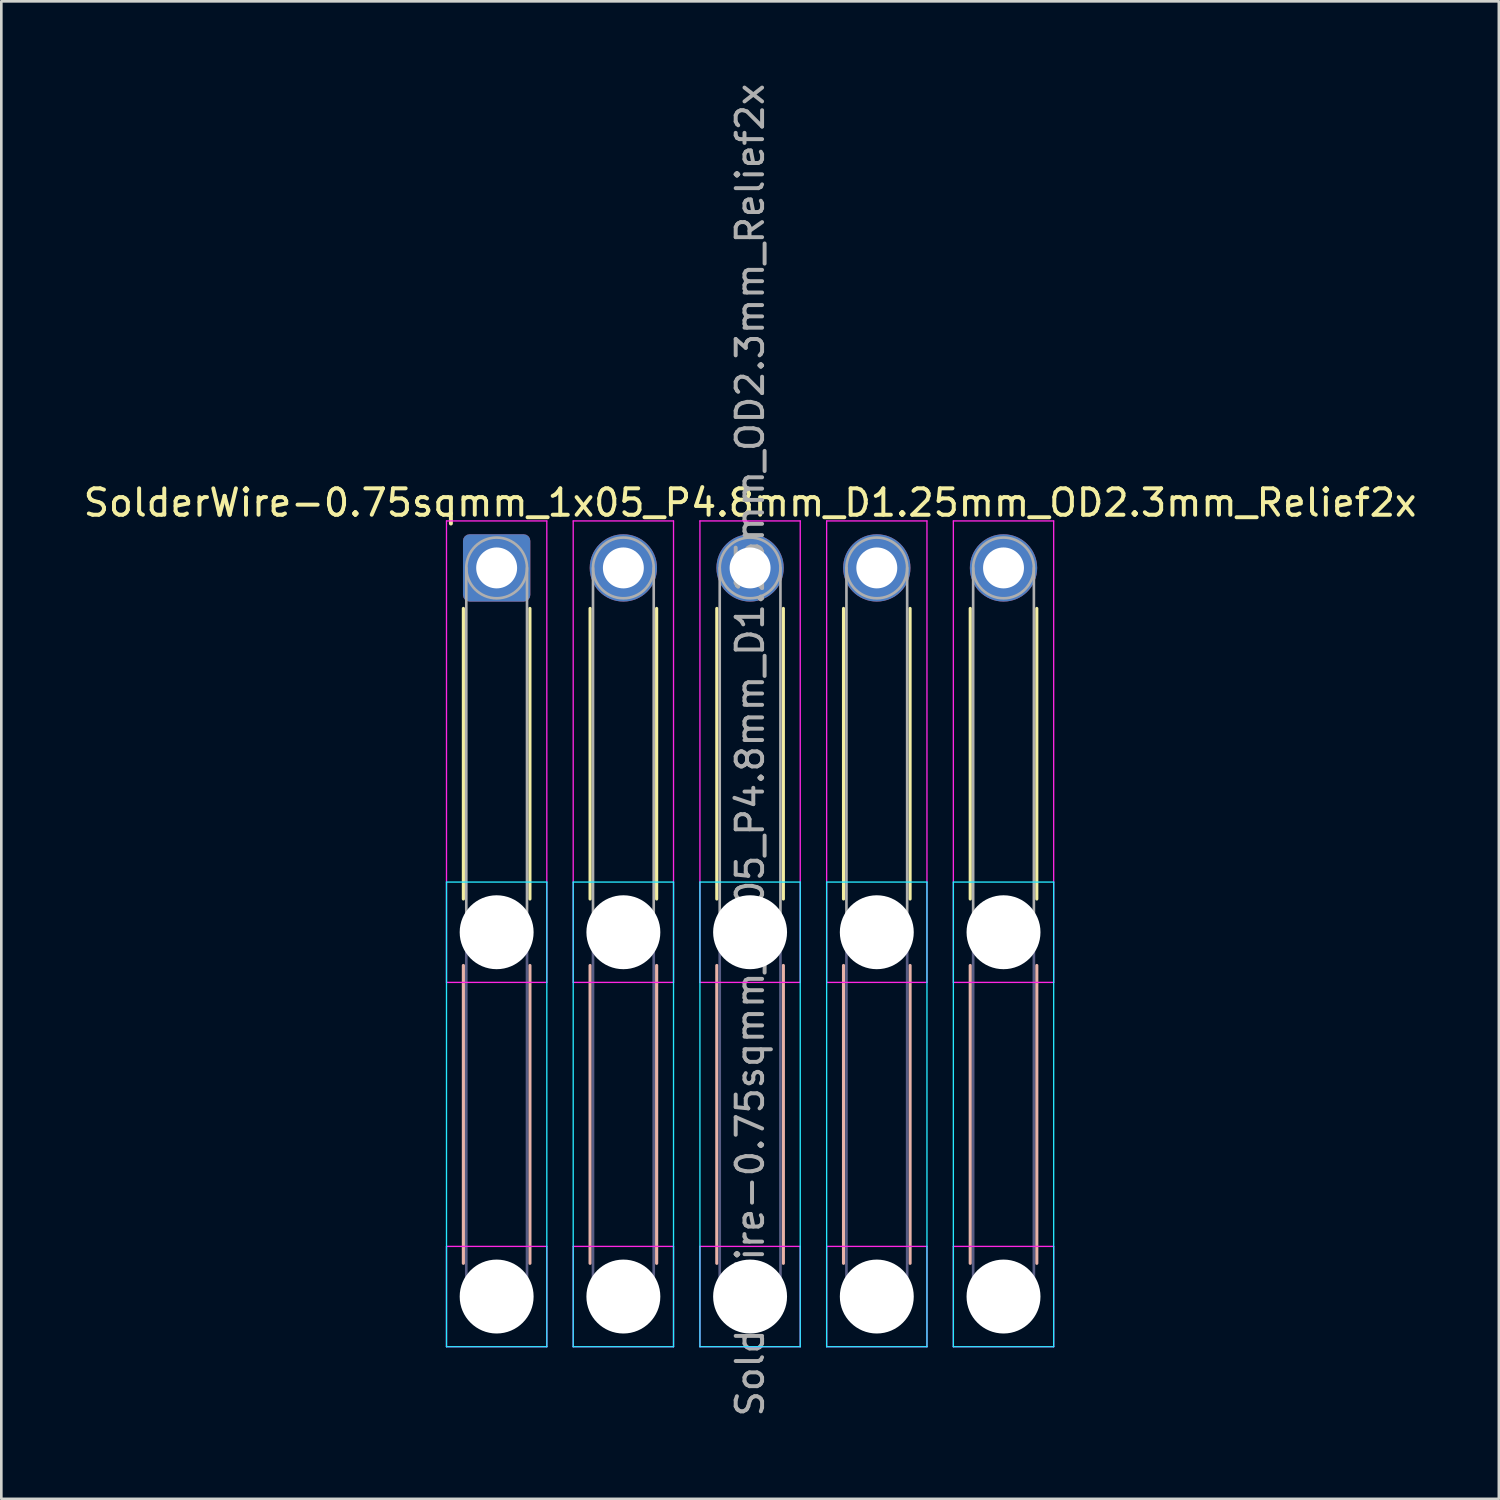
<source format=kicad_pcb>
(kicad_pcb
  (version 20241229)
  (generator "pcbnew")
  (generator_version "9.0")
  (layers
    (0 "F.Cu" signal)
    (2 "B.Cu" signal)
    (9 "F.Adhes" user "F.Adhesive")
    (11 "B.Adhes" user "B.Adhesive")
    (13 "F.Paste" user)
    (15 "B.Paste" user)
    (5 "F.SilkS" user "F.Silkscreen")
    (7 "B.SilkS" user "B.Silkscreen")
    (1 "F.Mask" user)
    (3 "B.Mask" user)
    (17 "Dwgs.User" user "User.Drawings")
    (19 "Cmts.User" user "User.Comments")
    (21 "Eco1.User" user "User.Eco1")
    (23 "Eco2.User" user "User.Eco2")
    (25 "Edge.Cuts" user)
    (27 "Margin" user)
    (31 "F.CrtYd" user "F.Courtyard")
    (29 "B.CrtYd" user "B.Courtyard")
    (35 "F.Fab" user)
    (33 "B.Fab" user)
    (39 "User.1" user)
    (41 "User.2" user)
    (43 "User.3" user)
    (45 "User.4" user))
  (footprint "SolderWire-0.75sqmm_1x05_P4.8mm_D1.25mm_OD2.3mm_Relief2x"
    (layer "F.Cu")
    (at 15.763 18.463)
    (property "Reference" "SolderWire-0.75sqmm_1x05_P4.8mm_D1.25mm_OD2.3mm_Relief2x" (at 9.6 -2.47 0) (layer "F.SilkS") (effects (font (size 1 1) (thickness 0.15))))
    (attr exclude_from_pos_files exclude_from_bom)
    (fp_line (start -1.26 1.535) (end -1.26 12.54) (stroke (width 0.12) (type solid)) (layer "F.SilkS"))
    (fp_line (start 1.26 1.535) (end 1.26 12.54) (stroke (width 0.12) (type solid)) (layer "F.SilkS"))
    (fp_line (start 3.54 1.535) (end 3.54 12.54) (stroke (width 0.12) (type solid)) (layer "F.SilkS"))
    (fp_line (start 6.06 1.535) (end 6.06 12.54) (stroke (width 0.12) (type solid)) (layer "F.SilkS"))
    (fp_line (start 8.34 1.535) (end 8.34 12.54) (stroke (width 0.12) (type solid)) (layer "F.SilkS"))
    (fp_line (start 10.86 1.535) (end 10.86 12.54) (stroke (width 0.12) (type solid)) (layer "F.SilkS"))
    (fp_line (start 13.14 1.535) (end 13.14 12.54) (stroke (width 0.12) (type solid)) (layer "F.SilkS"))
    (fp_line (start 15.66 1.535) (end 15.66 12.54) (stroke (width 0.12) (type solid)) (layer "F.SilkS"))
    (fp_line (start 17.94 1.535) (end 17.94 12.54) (stroke (width 0.12) (type solid)) (layer "F.SilkS"))
    (fp_line (start 20.46 1.535) (end 20.46 12.54) (stroke (width 0.12) (type solid)) (layer "F.SilkS"))
    (fp_line (start -1.26 15.06) (end -1.26 26.34) (stroke (width 0.12) (type solid)) (layer "B.SilkS"))
    (fp_line (start 1.26 15.06) (end 1.26 26.34) (stroke (width 0.12) (type solid)) (layer "B.SilkS"))
    (fp_line (start 3.54 15.06) (end 3.54 26.34) (stroke (width 0.12) (type solid)) (layer "B.SilkS"))
    (fp_line (start 6.06 15.06) (end 6.06 26.34) (stroke (width 0.12) (type solid)) (layer "B.SilkS"))
    (fp_line (start 8.34 15.06) (end 8.34 26.34) (stroke (width 0.12) (type solid)) (layer "B.SilkS"))
    (fp_line (start 10.86 15.06) (end 10.86 26.34) (stroke (width 0.12) (type solid)) (layer "B.SilkS"))
    (fp_line (start 13.14 15.06) (end 13.14 26.34) (stroke (width 0.12) (type solid)) (layer "B.SilkS"))
    (fp_line (start 15.66 15.06) (end 15.66 26.34) (stroke (width 0.12) (type solid)) (layer "B.SilkS"))
    (fp_line (start 17.94 15.06) (end 17.94 26.34) (stroke (width 0.12) (type solid)) (layer "B.SilkS"))
    (fp_line (start 20.46 15.06) (end 20.46 26.34) (stroke (width 0.12) (type solid)) (layer "B.SilkS"))
    (fp_line (start -1.9 11.9) (end -1.9 29.5) (stroke (width 0.05) (type solid)) (layer "B.CrtYd"))
    (fp_line (start -1.9 29.5) (end 1.9 29.5) (stroke (width 0.05) (type solid)) (layer "B.CrtYd"))
    (fp_line (start 1.9 11.9) (end -1.9 11.9) (stroke (width 0.05) (type solid)) (layer "B.CrtYd"))
    (fp_line (start 1.9 29.5) (end 1.9 11.9) (stroke (width 0.05) (type solid)) (layer "B.CrtYd"))
    (fp_line (start 2.9 11.9) (end 2.9 29.5) (stroke (width 0.05) (type solid)) (layer "B.CrtYd"))
    (fp_line (start 2.9 29.5) (end 6.7 29.5) (stroke (width 0.05) (type solid)) (layer "B.CrtYd"))
    (fp_line (start 6.7 11.9) (end 2.9 11.9) (stroke (width 0.05) (type solid)) (layer "B.CrtYd"))
    (fp_line (start 6.7 29.5) (end 6.7 11.9) (stroke (width 0.05) (type solid)) (layer "B.CrtYd"))
    (fp_line (start 7.7 11.9) (end 7.7 29.5) (stroke (width 0.05) (type solid)) (layer "B.CrtYd"))
    (fp_line (start 7.7 29.5) (end 11.5 29.5) (stroke (width 0.05) (type solid)) (layer "B.CrtYd"))
    (fp_line (start 11.5 11.9) (end 7.7 11.9) (stroke (width 0.05) (type solid)) (layer "B.CrtYd"))
    (fp_line (start 11.5 29.5) (end 11.5 11.9) (stroke (width 0.05) (type solid)) (layer "B.CrtYd"))
    (fp_line (start 12.5 11.9) (end 12.5 29.5) (stroke (width 0.05) (type solid)) (layer "B.CrtYd"))
    (fp_line (start 12.5 29.5) (end 16.3 29.5) (stroke (width 0.05) (type solid)) (layer "B.CrtYd"))
    (fp_line (start 16.3 11.9) (end 12.5 11.9) (stroke (width 0.05) (type solid)) (layer "B.CrtYd"))
    (fp_line (start 16.3 29.5) (end 16.3 11.9) (stroke (width 0.05) (type solid)) (layer "B.CrtYd"))
    (fp_line (start 17.3 11.9) (end 17.3 29.5) (stroke (width 0.05) (type solid)) (layer "B.CrtYd"))
    (fp_line (start 17.3 29.5) (end 21.1 29.5) (stroke (width 0.05) (type solid)) (layer "B.CrtYd"))
    (fp_line (start 21.1 11.9) (end 17.3 11.9) (stroke (width 0.05) (type solid)) (layer "B.CrtYd"))
    (fp_line (start 21.1 29.5) (end 21.1 11.9) (stroke (width 0.05) (type solid)) (layer "B.CrtYd"))
    (fp_line (start -1.9 -1.78) (end -1.9 15.7) (stroke (width 0.05) (type solid)) (layer "F.CrtYd"))
    (fp_line (start -1.9 15.7) (end 1.9 15.7) (stroke (width 0.05) (type solid)) (layer "F.CrtYd"))
    (fp_line (start -1.9 25.7) (end -1.9 29.5) (stroke (width 0.05) (type solid)) (layer "F.CrtYd"))
    (fp_line (start -1.9 29.5) (end 1.9 29.5) (stroke (width 0.05) (type solid)) (layer "F.CrtYd"))
    (fp_line (start 1.9 -1.78) (end -1.9 -1.78) (stroke (width 0.05) (type solid)) (layer "F.CrtYd"))
    (fp_line (start 1.9 15.7) (end 1.9 -1.78) (stroke (width 0.05) (type solid)) (layer "F.CrtYd"))
    (fp_line (start 1.9 25.7) (end -1.9 25.7) (stroke (width 0.05) (type solid)) (layer "F.CrtYd"))
    (fp_line (start 1.9 29.5) (end 1.9 25.7) (stroke (width 0.05) (type solid)) (layer "F.CrtYd"))
    (fp_line (start 2.9 -1.78) (end 2.9 15.7) (stroke (width 0.05) (type solid)) (layer "F.CrtYd"))
    (fp_line (start 2.9 15.7) (end 6.7 15.7) (stroke (width 0.05) (type solid)) (layer "F.CrtYd"))
    (fp_line (start 2.9 25.7) (end 2.9 29.5) (stroke (width 0.05) (type solid)) (layer "F.CrtYd"))
    (fp_line (start 2.9 29.5) (end 6.7 29.5) (stroke (width 0.05) (type solid)) (layer "F.CrtYd"))
    (fp_line (start 6.7 -1.78) (end 2.9 -1.78) (stroke (width 0.05) (type solid)) (layer "F.CrtYd"))
    (fp_line (start 6.7 15.7) (end 6.7 -1.78) (stroke (width 0.05) (type solid)) (layer "F.CrtYd"))
    (fp_line (start 6.7 25.7) (end 2.9 25.7) (stroke (width 0.05) (type solid)) (layer "F.CrtYd"))
    (fp_line (start 6.7 29.5) (end 6.7 25.7) (stroke (width 0.05) (type solid)) (layer "F.CrtYd"))
    (fp_line (start 7.7 -1.78) (end 7.7 15.7) (stroke (width 0.05) (type solid)) (layer "F.CrtYd"))
    (fp_line (start 7.7 15.7) (end 11.5 15.7) (stroke (width 0.05) (type solid)) (layer "F.CrtYd"))
    (fp_line (start 7.7 25.7) (end 7.7 29.5) (stroke (width 0.05) (type solid)) (layer "F.CrtYd"))
    (fp_line (start 7.7 29.5) (end 11.5 29.5) (stroke (width 0.05) (type solid)) (layer "F.CrtYd"))
    (fp_line (start 11.5 -1.78) (end 7.7 -1.78) (stroke (width 0.05) (type solid)) (layer "F.CrtYd"))
    (fp_line (start 11.5 15.7) (end 11.5 -1.78) (stroke (width 0.05) (type solid)) (layer "F.CrtYd"))
    (fp_line (start 11.5 25.7) (end 7.7 25.7) (stroke (width 0.05) (type solid)) (layer "F.CrtYd"))
    (fp_line (start 11.5 29.5) (end 11.5 25.7) (stroke (width 0.05) (type solid)) (layer "F.CrtYd"))
    (fp_line (start 12.5 -1.78) (end 12.5 15.7) (stroke (width 0.05) (type solid)) (layer "F.CrtYd"))
    (fp_line (start 12.5 15.7) (end 16.3 15.7) (stroke (width 0.05) (type solid)) (layer "F.CrtYd"))
    (fp_line (start 12.5 25.7) (end 12.5 29.5) (stroke (width 0.05) (type solid)) (layer "F.CrtYd"))
    (fp_line (start 12.5 29.5) (end 16.3 29.5) (stroke (width 0.05) (type solid)) (layer "F.CrtYd"))
    (fp_line (start 16.3 -1.78) (end 12.5 -1.78) (stroke (width 0.05) (type solid)) (layer "F.CrtYd"))
    (fp_line (start 16.3 15.7) (end 16.3 -1.78) (stroke (width 0.05) (type solid)) (layer "F.CrtYd"))
    (fp_line (start 16.3 25.7) (end 12.5 25.7) (stroke (width 0.05) (type solid)) (layer "F.CrtYd"))
    (fp_line (start 16.3 29.5) (end 16.3 25.7) (stroke (width 0.05) (type solid)) (layer "F.CrtYd"))
    (fp_line (start 17.3 -1.78) (end 17.3 15.7) (stroke (width 0.05) (type solid)) (layer "F.CrtYd"))
    (fp_line (start 17.3 15.7) (end 21.1 15.7) (stroke (width 0.05) (type solid)) (layer "F.CrtYd"))
    (fp_line (start 17.3 25.7) (end 17.3 29.5) (stroke (width 0.05) (type solid)) (layer "F.CrtYd"))
    (fp_line (start 17.3 29.5) (end 21.1 29.5) (stroke (width 0.05) (type solid)) (layer "F.CrtYd"))
    (fp_line (start 21.1 -1.78) (end 17.3 -1.78) (stroke (width 0.05) (type solid)) (layer "F.CrtYd"))
    (fp_line (start 21.1 15.7) (end 21.1 -1.78) (stroke (width 0.05) (type solid)) (layer "F.CrtYd"))
    (fp_line (start 21.1 25.7) (end 17.3 25.7) (stroke (width 0.05) (type solid)) (layer "F.CrtYd"))
    (fp_line (start 21.1 29.5) (end 21.1 25.7) (stroke (width 0.05) (type solid)) (layer "F.CrtYd"))
    (fp_line (start -1.15 13.8) (end -1.15 27.6) (stroke (width 0.1) (type solid)) (layer "B.Fab"))
    (fp_line (start 1.15 13.8) (end 1.15 27.6) (stroke (width 0.1) (type solid)) (layer "B.Fab"))
    (fp_line (start 3.65 13.8) (end 3.65 27.6) (stroke (width 0.1) (type solid)) (layer "B.Fab"))
    (fp_line (start 5.95 13.8) (end 5.95 27.6) (stroke (width 0.1) (type solid)) (layer "B.Fab"))
    (fp_line (start 8.45 13.8) (end 8.45 27.6) (stroke (width 0.1) (type solid)) (layer "B.Fab"))
    (fp_line (start 10.75 13.8) (end 10.75 27.6) (stroke (width 0.1) (type solid)) (layer "B.Fab"))
    (fp_line (start 13.25 13.8) (end 13.25 27.6) (stroke (width 0.1) (type solid)) (layer "B.Fab"))
    (fp_line (start 15.55 13.8) (end 15.55 27.6) (stroke (width 0.1) (type solid)) (layer "B.Fab"))
    (fp_line (start 18.05 13.8) (end 18.05 27.6) (stroke (width 0.1) (type solid)) (layer "B.Fab"))
    (fp_line (start 20.35 13.8) (end 20.35 27.6) (stroke (width 0.1) (type solid)) (layer "B.Fab"))
    (fp_circle (center 0 13.8) (end 1.15 13.8) (stroke (width 0.1) (type solid)) (fill no) (layer "B.Fab"))
    (fp_circle (center 0 27.6) (end 1.15 27.6) (stroke (width 0.1) (type solid)) (fill no) (layer "B.Fab"))
    (fp_circle (center 4.8 13.8) (end 5.95 13.8) (stroke (width 0.1) (type solid)) (fill no) (layer "B.Fab"))
    (fp_circle (center 4.8 27.6) (end 5.95 27.6) (stroke (width 0.1) (type solid)) (fill no) (layer "B.Fab"))
    (fp_circle (center 9.6 13.8) (end 10.75 13.8) (stroke (width 0.1) (type solid)) (fill no) (layer "B.Fab"))
    (fp_circle (center 9.6 27.6) (end 10.75 27.6) (stroke (width 0.1) (type solid)) (fill no) (layer "B.Fab"))
    (fp_circle (center 14.4 13.8) (end 15.55 13.8) (stroke (width 0.1) (type solid)) (fill no) (layer "B.Fab"))
    (fp_circle (center 14.4 27.6) (end 15.55 27.6) (stroke (width 0.1) (type solid)) (fill no) (layer "B.Fab"))
    (fp_circle (center 19.2 13.8) (end 20.35 13.8) (stroke (width 0.1) (type solid)) (fill no) (layer "B.Fab"))
    (fp_circle (center 19.2 27.6) (end 20.35 27.6) (stroke (width 0.1) (type solid)) (fill no) (layer "B.Fab"))
    (fp_line (start -1.15 0) (end -1.15 13.8) (stroke (width 0.1) (type solid)) (layer "F.Fab"))
    (fp_line (start 1.15 0) (end 1.15 13.8) (stroke (width 0.1) (type solid)) (layer "F.Fab"))
    (fp_line (start 3.65 0) (end 3.65 13.8) (stroke (width 0.1) (type solid)) (layer "F.Fab"))
    (fp_line (start 5.95 0) (end 5.95 13.8) (stroke (width 0.1) (type solid)) (layer "F.Fab"))
    (fp_line (start 8.45 0) (end 8.45 13.8) (stroke (width 0.1) (type solid)) (layer "F.Fab"))
    (fp_line (start 10.75 0) (end 10.75 13.8) (stroke (width 0.1) (type solid)) (layer "F.Fab"))
    (fp_line (start 13.25 0) (end 13.25 13.8) (stroke (width 0.1) (type solid)) (layer "F.Fab"))
    (fp_line (start 15.55 0) (end 15.55 13.8) (stroke (width 0.1) (type solid)) (layer "F.Fab"))
    (fp_line (start 18.05 0) (end 18.05 13.8) (stroke (width 0.1) (type solid)) (layer "F.Fab"))
    (fp_line (start 20.35 0) (end 20.35 13.8) (stroke (width 0.1) (type solid)) (layer "F.Fab"))
    (fp_circle (center 0 0) (end 1.15 0) (stroke (width 0.1) (type solid)) (fill no) (layer "F.Fab"))
    (fp_circle (center 0 13.8) (end 1.15 13.8) (stroke (width 0.1) (type solid)) (fill no) (layer "F.Fab"))
    (fp_circle (center 0 27.6) (end 1.15 27.6) (stroke (width 0.1) (type solid)) (fill no) (layer "F.Fab"))
    (fp_circle (center 4.8 0) (end 5.95 0) (stroke (width 0.1) (type solid)) (fill no) (layer "F.Fab"))
    (fp_circle (center 4.8 13.8) (end 5.95 13.8) (stroke (width 0.1) (type solid)) (fill no) (layer "F.Fab"))
    (fp_circle (center 4.8 27.6) (end 5.95 27.6) (stroke (width 0.1) (type solid)) (fill no) (layer "F.Fab"))
    (fp_circle (center 9.6 0) (end 10.75 0) (stroke (width 0.1) (type solid)) (fill no) (layer "F.Fab"))
    (fp_circle (center 9.6 13.8) (end 10.75 13.8) (stroke (width 0.1) (type solid)) (fill no) (layer "F.Fab"))
    (fp_circle (center 9.6 27.6) (end 10.75 27.6) (stroke (width 0.1) (type solid)) (fill no) (layer "F.Fab"))
    (fp_circle (center 14.4 0) (end 15.55 0) (stroke (width 0.1) (type solid)) (fill no) (layer "F.Fab"))
    (fp_circle (center 14.4 13.8) (end 15.55 13.8) (stroke (width 0.1) (type solid)) (fill no) (layer "F.Fab"))
    (fp_circle (center 14.4 27.6) (end 15.55 27.6) (stroke (width 0.1) (type solid)) (fill no) (layer "F.Fab"))
    (fp_circle (center 19.2 0) (end 20.35 0) (stroke (width 0.1) (type solid)) (fill no) (layer "F.Fab"))
    (fp_circle (center 19.2 13.8) (end 20.35 13.8) (stroke (width 0.1) (type solid)) (fill no) (layer "F.Fab"))
    (fp_circle (center 19.2 27.6) (end 20.35 27.6) (stroke (width 0.1) (type solid)) (fill no) (layer "F.Fab"))
    (fp_text user "${REFERENCE}" (at 9.6 6.9 90) (layer "F.Fab") (effects (font (size 1 1) (thickness 0.15))))
    (pad "" np_thru_hole circle (at 0 13.8) (size 2.8 2.8) (drill 2.8) (layers "*.Cu" "*.Mask"))
    (pad "" np_thru_hole circle (at 0 27.6) (size 2.8 2.8) (drill 2.8) (layers "*.Cu" "*.Mask"))
    (pad "" np_thru_hole circle (at 4.8 13.8) (size 2.8 2.8) (drill 2.8) (layers "*.Cu" "*.Mask"))
    (pad "" np_thru_hole circle (at 4.8 27.6) (size 2.8 2.8) (drill 2.8) (layers "*.Cu" "*.Mask"))
    (pad "" np_thru_hole circle (at 9.6 13.8) (size 2.8 2.8) (drill 2.8) (layers "*.Cu" "*.Mask"))
    (pad "" np_thru_hole circle (at 9.6 27.6) (size 2.8 2.8) (drill 2.8) (layers "*.Cu" "*.Mask"))
    (pad "" np_thru_hole circle (at 14.4 13.8) (size 2.8 2.8) (drill 2.8) (layers "*.Cu" "*.Mask"))
    (pad "" np_thru_hole circle (at 14.4 27.6) (size 2.8 2.8) (drill 2.8) (layers "*.Cu" "*.Mask"))
    (pad "" np_thru_hole circle (at 19.2 13.8) (size 2.8 2.8) (drill 2.8) (layers "*.Cu" "*.Mask"))
    (pad "" np_thru_hole circle (at 19.2 27.6) (size 2.8 2.8) (drill 2.8) (layers "*.Cu" "*.Mask"))
    (pad "1" thru_hole roundrect (at 0 0) (size 2.55 2.55) (drill 1.55) (layers "*.Cu" "*.Mask") (roundrect_rratio 0.098))
    (pad "2" thru_hole circle (at 4.8 0) (size 2.55 2.55) (drill 1.55) (layers "*.Cu" "*.Mask"))
    (pad "3" thru_hole circle (at 9.6 0) (size 2.55 2.55) (drill 1.55) (layers "*.Cu" "*.Mask"))
    (pad "4" thru_hole circle (at 14.4 0) (size 2.55 2.55) (drill 1.55) (layers "*.Cu" "*.Mask"))
    (pad "5" thru_hole circle (at 19.2 0) (size 2.55 2.55) (drill 1.55) (layers "*.Cu" "*.Mask")))
  (gr_rect
    (start -3 -3)
    (end 53.726 53.726)
    (stroke (width 0.1) (type default))
    (fill no)
    (layer "Edge.Cuts")))
</source>
